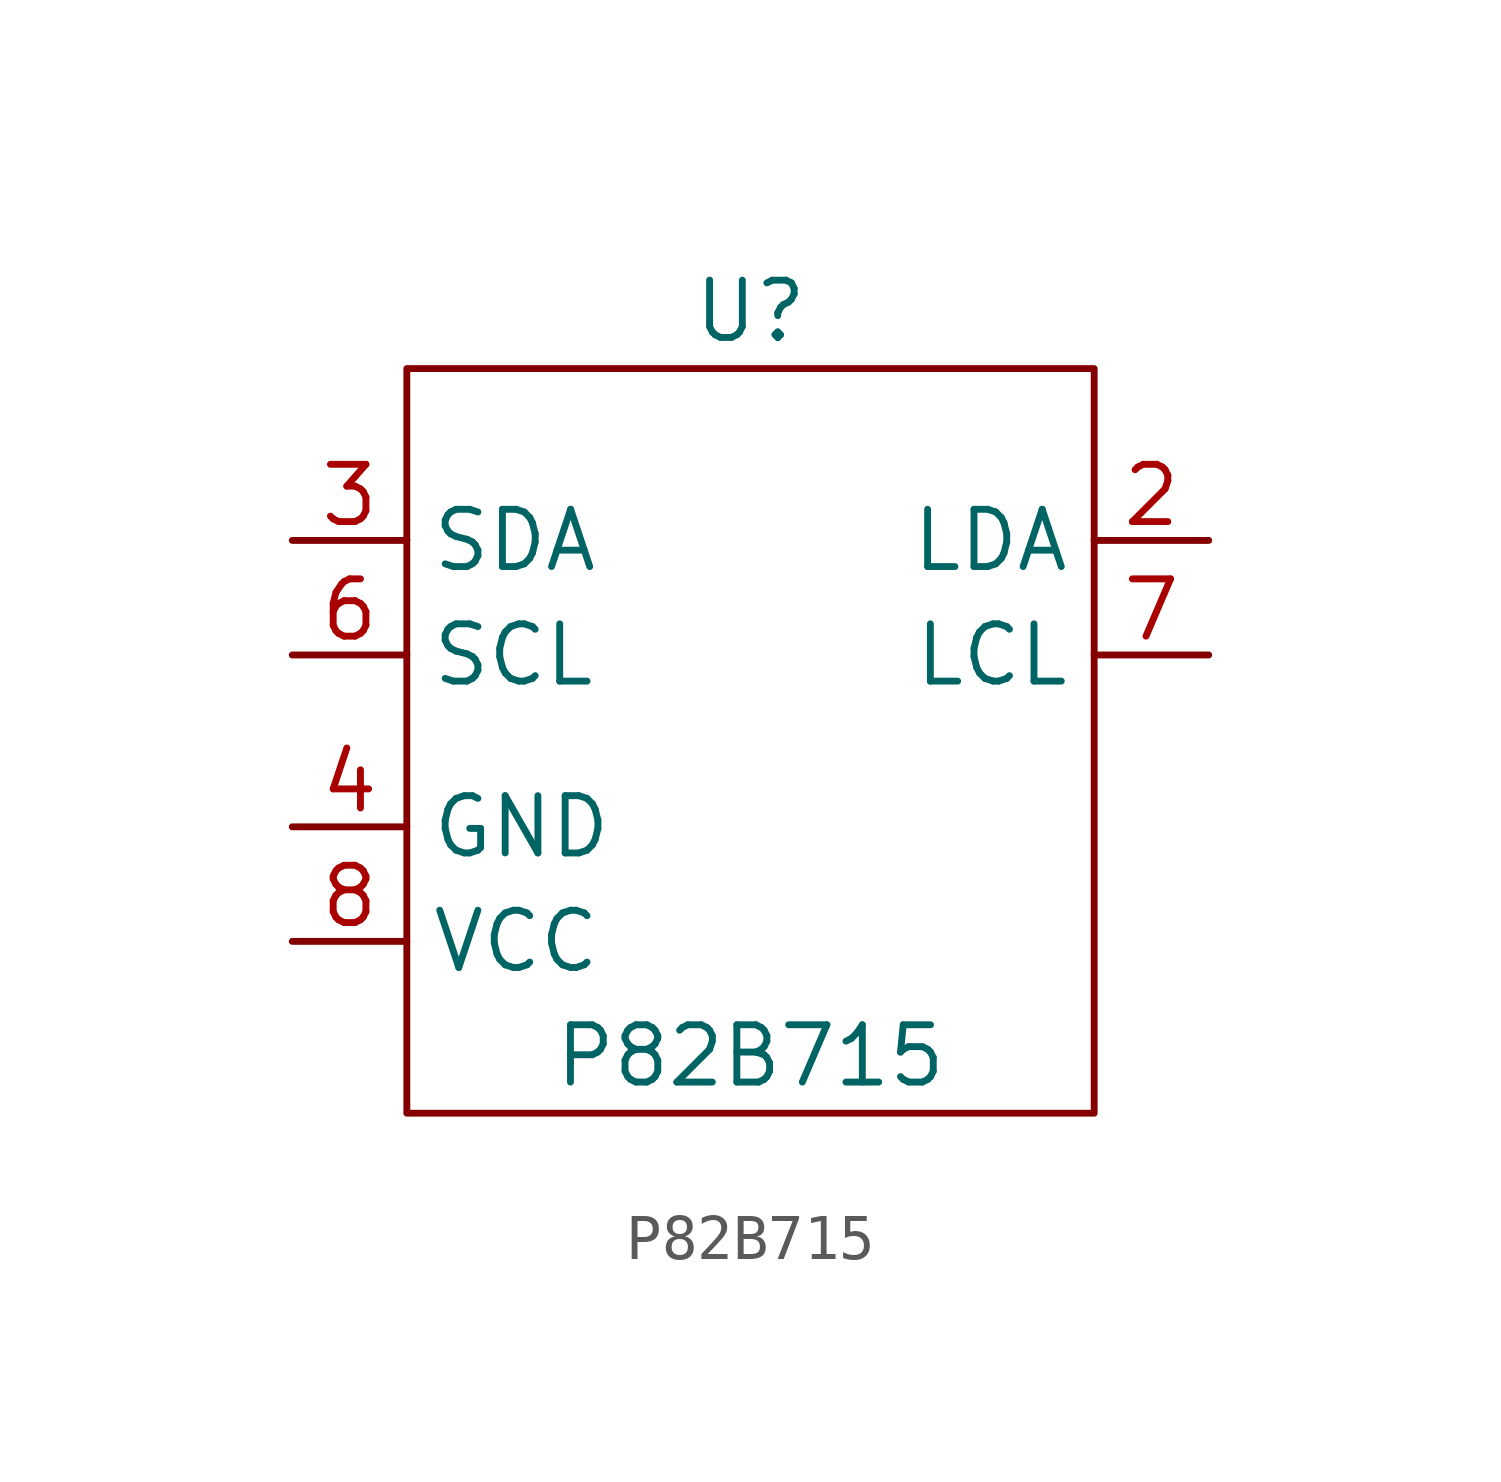
<source format=kicad_sym>
(kicad_symbol_lib
  (version 20210619)
  (generator kicad_symbol_editor)
  (symbol "P82B715:P82B715"
    (property "Reference" "U"
      (at 0 0 0)
      (effects (font (size 1.27 1.27))))
    (property "Value" "P82B715"
      (at 0 -16.51 0)
      (effects (font (size 1.27 1.27))))
    (symbol "P82B715_0_1"
      (rectangle (start -7.62 -1.27) (end 7.62 -17.78) (stroke (width 0.152)) (fill (type none))))
    (symbol "P82B715_1_1"
      (pin bidirectional line (at 10.16 -5.08 180) (length 2.54) (name "LDA" (effects (font (size 1.27 1.27)))) (number "2" (effects (font (size 1.27 1.27)))))
      (pin bidirectional line (at -10.16 -5.08 0) (length 2.54) (name "SDA" (effects (font (size 1.27 1.27)))) (number "3" (effects (font (size 1.27 1.27)))))
      (pin power_in line (at -10.16 -11.43 0) (length 2.54) (name "GND" (effects (font (size 1.27 1.27)))) (number "4" (effects (font (size 1.27 1.27)))))
      (pin bidirectional line (at -10.16 -7.62 0) (length 2.54) (name "SCL" (effects (font (size 1.27 1.27)))) (number "6" (effects (font (size 1.27 1.27)))))
      (pin bidirectional line (at 10.16 -7.62 180) (length 2.54) (name "LCL" (effects (font (size 1.27 1.27)))) (number "7" (effects (font (size 1.27 1.27)))))
      (pin power_in line (at -10.16 -13.97 0) (length 2.54) (name "VCC" (effects (font (size 1.27 1.27)))) (number "8" (effects (font (size 1.27 1.27))))))))
</source>
